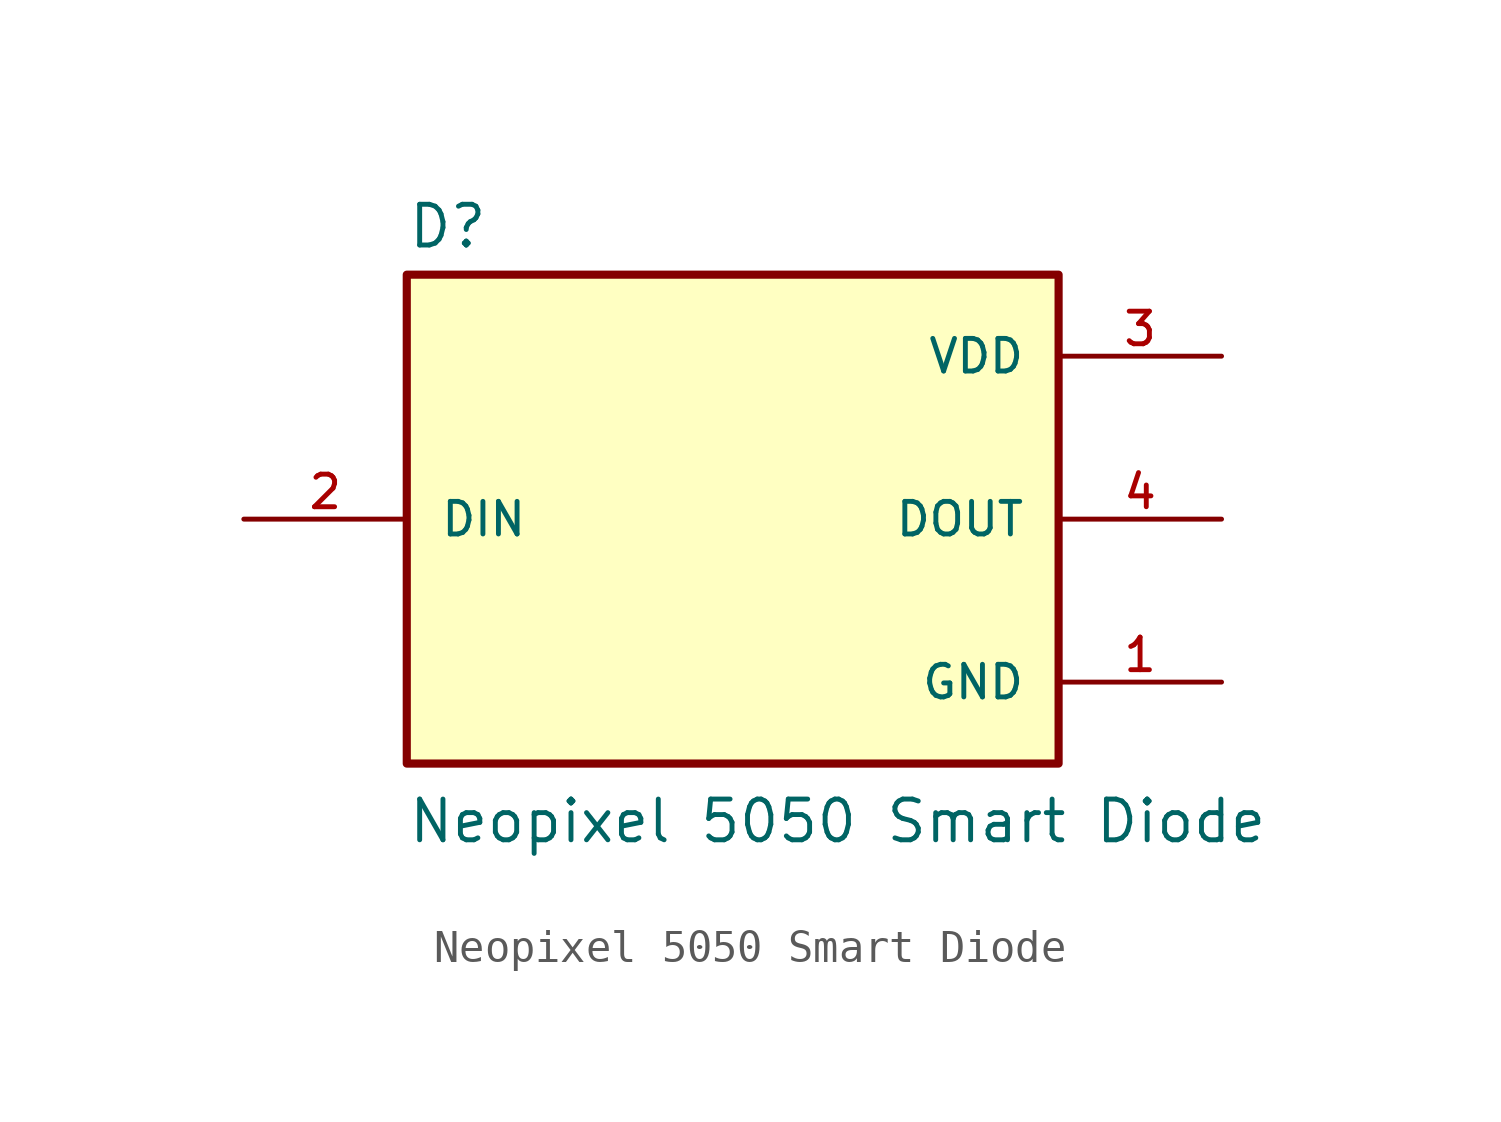
<source format=kicad_sym>
(kicad_symbol_lib
  (version 20241209)
  (generator "kicad_symbol_editor")
  (generator_version "9.0")
  (symbol "Neopixel 5050 Smart Diode"
    (pin_names
      (offset 1.016))
    (property "Reference" "D"
      (at -10.16 8.382 0)
      (effects (font (size 1.27 1.27)) (justify left bottom)))
    (property "Value" "Neopixel 5050 Smart Diode"
      (at -10.16 -10.16 0)
      (effects (font (size 1.27 1.27)) (justify left bottom)))
    (symbol "Neopixel 5050 Smart Diode_0_0"
      (rectangle (start -10.16 7.62) (end 10.16 -7.62) (stroke (width 0.254) (type default)) (fill (type background)))
      (pin input line (at -15.24 0 0) (length 5.08) (name "DIN" (effects (font (size 1.016 1.016)))) (number "2" (effects (font (size 1.016 1.016)))))
      (pin power_in line (at 15.24 5.08 180) (length 5.08) (name "VDD" (effects (font (size 1.016 1.016)))) (number "3" (effects (font (size 1.016 1.016)))))
      (pin power_in line (at 15.24 -5.08 180) (length 5.08) (name "GND" (effects (font (size 1.016 1.016)))) (number "1" (effects (font (size 1.016 1.016))))))
    (symbol "Neopixel 5050 Smart Diode_1_0"
      (pin output line (at 15.24 0 180) (length 5.08) (name "DOUT" (effects (font (size 1.016 1.016)))) (number "4" (effects (font (size 1.016 1.016))))))))
</source>
